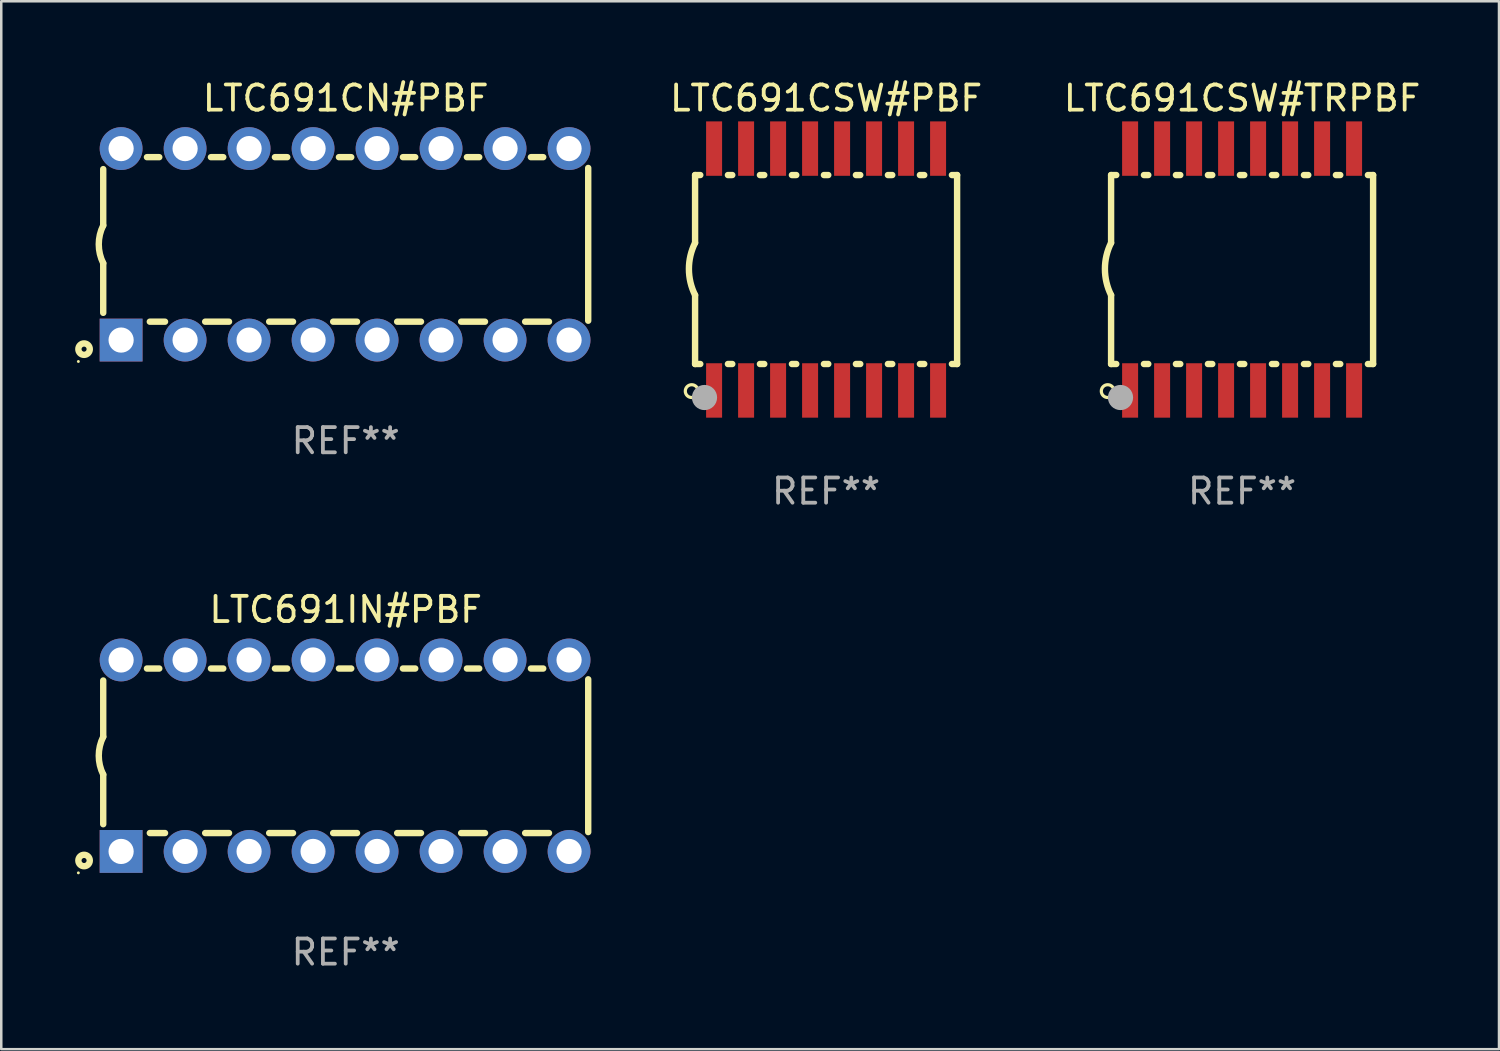
<source format=kicad_pcb>
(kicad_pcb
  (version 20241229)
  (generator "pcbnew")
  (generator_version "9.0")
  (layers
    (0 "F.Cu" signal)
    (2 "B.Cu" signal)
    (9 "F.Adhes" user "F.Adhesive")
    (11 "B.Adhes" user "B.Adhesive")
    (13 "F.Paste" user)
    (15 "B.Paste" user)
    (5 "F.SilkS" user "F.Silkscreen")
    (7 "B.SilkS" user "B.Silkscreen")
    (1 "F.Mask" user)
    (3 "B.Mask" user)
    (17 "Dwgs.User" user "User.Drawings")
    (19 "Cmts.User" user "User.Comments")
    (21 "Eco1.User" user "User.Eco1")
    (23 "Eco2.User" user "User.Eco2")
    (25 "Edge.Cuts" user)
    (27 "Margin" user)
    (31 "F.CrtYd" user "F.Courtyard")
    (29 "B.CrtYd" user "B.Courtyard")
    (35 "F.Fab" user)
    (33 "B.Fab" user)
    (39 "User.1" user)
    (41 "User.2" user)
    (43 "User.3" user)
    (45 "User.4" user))
  (footprint "LTC691IN#PBF"
    (layer "F.Cu")
    (at 10.672 26.945)
    (property "Reference" "LTC691IN#PBF" (at 0 -5.8 0) (layer "F.SilkS") (effects (font (size 1 1) (thickness 0.15))))
    (attr through_hole)
    (fp_line (start -9.625 -0.75) (end -9.625 -2.985) (stroke (width 0.254) (type solid)) (layer "F.SilkS"))
    (fp_line (start -9.625 0.749) (end -9.625 2.719) (stroke (width 0.254) (type solid)) (layer "F.SilkS"))
    (fp_line (start -7.889 -3.46) (end -7.401 -3.46) (stroke (width 0.254) (type solid)) (layer "F.SilkS"))
    (fp_line (start -7.775 3.07) (end -7.172 3.07) (stroke (width 0.254) (type solid)) (layer "F.SilkS"))
    (fp_line (start -5.578 3.07) (end -4.632 3.07) (stroke (width 0.254) (type solid)) (layer "F.SilkS"))
    (fp_line (start -5.349 -3.46) (end -4.861 -3.46) (stroke (width 0.254) (type solid)) (layer "F.SilkS"))
    (fp_line (start -3.038 3.07) (end -2.092 3.07) (stroke (width 0.254) (type solid)) (layer "F.SilkS"))
    (fp_line (start -2.809 -3.46) (end -2.321 -3.46) (stroke (width 0.254) (type solid)) (layer "F.SilkS"))
    (fp_line (start -0.498 3.07) (end 0.448 3.07) (stroke (width 0.254) (type solid)) (layer "F.SilkS"))
    (fp_line (start -0.269 -3.46) (end 0.219 -3.46) (stroke (width 0.254) (type solid)) (layer "F.SilkS"))
    (fp_line (start 2.042 3.07) (end 2.988 3.07) (stroke (width 0.254) (type solid)) (layer "F.SilkS"))
    (fp_line (start 2.271 -3.46) (end 2.759 -3.46) (stroke (width 0.254) (type solid)) (layer "F.SilkS"))
    (fp_line (start 4.582 3.07) (end 5.528 3.07) (stroke (width 0.254) (type solid)) (layer "F.SilkS"))
    (fp_line (start 4.811 -3.46) (end 5.299 -3.46) (stroke (width 0.254) (type solid)) (layer "F.SilkS"))
    (fp_line (start 7.122 3.07) (end 8.068 3.07) (stroke (width 0.254) (type solid)) (layer "F.SilkS"))
    (fp_line (start 7.351 -3.46) (end 7.839 -3.46) (stroke (width 0.254) (type solid)) (layer "F.SilkS"))
    (fp_line (start 9.625 3.032) (end 9.625 -3.032) (stroke (width 0.254) (type solid)) (layer "F.SilkS"))
    (fp_arc (start -9.62498 0.748819) (mid -9.801899 -0.000581) (end -9.625006 -0.749987) (stroke (width 0.254001) (type solid)) (layer "F.SilkS"))
    (fp_circle (center -10.612 4.65) (end -10.582 4.65) (stroke (width 0.06) (type solid)) (fill no) (layer "F.SilkS"))
    (fp_circle (center -10.385 4.16) (end -10.285 4.16) (stroke (width 0.254) (type solid)) (fill no) (layer "F.SilkS"))
    (fp_text user "REF**" (at 0 7.8 0) (layer "F.Fab") (effects (font (size 1 1) (thickness 0.15))))
    (pad "1" thru_hole rect (at -8.915 3.8 90) (size 1.7 1.7) (drill 1) (layers "*.Cu" "*.Mask"))
    (pad "2" thru_hole circle (at -6.375 3.8) (size 1.7 1.7) (drill 1) (layers "*.Cu" "*.Mask"))
    (pad "3" thru_hole circle (at -3.835 3.8) (size 1.7 1.7) (drill 1) (layers "*.Cu" "*.Mask"))
    (pad "4" thru_hole circle (at -1.295 3.8) (size 1.7 1.7) (drill 1) (layers "*.Cu" "*.Mask"))
    (pad "5" thru_hole circle (at 1.245 3.8) (size 1.7 1.7) (drill 1) (layers "*.Cu" "*.Mask"))
    (pad "6" thru_hole circle (at 3.785 3.8) (size 1.7 1.7) (drill 1) (layers "*.Cu" "*.Mask"))
    (pad "7" thru_hole circle (at 6.325 3.8) (size 1.7 1.7) (drill 1) (layers "*.Cu" "*.Mask"))
    (pad "8" thru_hole circle (at 8.865 3.8) (size 1.7 1.7) (drill 1) (layers "*.Cu" "*.Mask"))
    (pad "9" thru_hole circle (at 8.865 -3.8) (size 1.7 1.7) (drill 1) (layers "*.Cu" "*.Mask"))
    (pad "10" thru_hole circle (at 6.325 -3.8) (size 1.7 1.7) (drill 1) (layers "*.Cu" "*.Mask"))
    (pad "11" thru_hole circle (at 3.785 -3.8) (size 1.7 1.7) (drill 1) (layers "*.Cu" "*.Mask"))
    (pad "12" thru_hole circle (at 1.245 -3.8) (size 1.7 1.7) (drill 1) (layers "*.Cu" "*.Mask"))
    (pad "13" thru_hole circle (at -1.295 -3.8) (size 1.7 1.7) (drill 1) (layers "*.Cu" "*.Mask"))
    (pad "14" thru_hole circle (at -3.835 -3.8) (size 1.7 1.7) (drill 1) (layers "*.Cu" "*.Mask"))
    (pad "15" thru_hole circle (at -6.375 -3.8) (size 1.7 1.7) (drill 1) (layers "*.Cu" "*.Mask"))
    (pad "16" thru_hole circle (at -8.915 -3.8) (size 1.7 1.7) (drill 1) (layers "*.Cu" "*.Mask")))
  (footprint "LTC691CSW#PBF"
    (layer "F.Cu")
    (at 29.739 7.648)
    (property "Reference" "LTC691CSW#PBF" (at 0 -6.8 0) (layer "F.SilkS") (effects (font (size 1 1) (thickness 0.15))))
    (attr through_hole)
    (fp_line (start -5.2 -3.75) (end -5.2 -1.06) (stroke (width 0.254) (type solid)) (layer "F.SilkS"))
    (fp_line (start -5.2 -3.75) (end -4.994 -3.75) (stroke (width 0.254) (type solid)) (layer "F.SilkS"))
    (fp_line (start -5.2 3.75) (end -5.2 1.016) (stroke (width 0.254) (type solid)) (layer "F.SilkS"))
    (fp_line (start -5.2 3.75) (end -4.994 3.75) (stroke (width 0.254) (type solid)) (layer "F.SilkS"))
    (fp_line (start -3.896 -3.75) (end -3.724 -3.75) (stroke (width 0.254) (type solid)) (layer "F.SilkS"))
    (fp_line (start -3.896 3.75) (end -3.724 3.75) (stroke (width 0.254) (type solid)) (layer "F.SilkS"))
    (fp_line (start -2.626 -3.75) (end -2.454 -3.75) (stroke (width 0.254) (type solid)) (layer "F.SilkS"))
    (fp_line (start -2.626 3.75) (end -2.454 3.75) (stroke (width 0.254) (type solid)) (layer "F.SilkS"))
    (fp_line (start -1.356 -3.75) (end -1.184 -3.75) (stroke (width 0.254) (type solid)) (layer "F.SilkS"))
    (fp_line (start -1.356 3.75) (end -1.184 3.75) (stroke (width 0.254) (type solid)) (layer "F.SilkS"))
    (fp_line (start -0.086 -3.75) (end 0.086 -3.75) (stroke (width 0.254) (type solid)) (layer "F.SilkS"))
    (fp_line (start -0.086 3.75) (end 0.086 3.75) (stroke (width 0.254) (type solid)) (layer "F.SilkS"))
    (fp_line (start 1.184 -3.75) (end 1.356 -3.75) (stroke (width 0.254) (type solid)) (layer "F.SilkS"))
    (fp_line (start 1.184 3.75) (end 1.356 3.75) (stroke (width 0.254) (type solid)) (layer "F.SilkS"))
    (fp_line (start 2.454 -3.75) (end 2.626 -3.75) (stroke (width 0.254) (type solid)) (layer "F.SilkS"))
    (fp_line (start 2.454 3.75) (end 2.626 3.75) (stroke (width 0.254) (type solid)) (layer "F.SilkS"))
    (fp_line (start 3.724 -3.75) (end 3.896 -3.75) (stroke (width 0.254) (type solid)) (layer "F.SilkS"))
    (fp_line (start 3.724 3.75) (end 3.896 3.75) (stroke (width 0.254) (type solid)) (layer "F.SilkS"))
    (fp_line (start 4.994 -3.75) (end 5.2 -3.75) (stroke (width 0.254) (type solid)) (layer "F.SilkS"))
    (fp_line (start 4.994 3.75) (end 5.2 3.75) (stroke (width 0.254) (type solid)) (layer "F.SilkS"))
    (fp_line (start 5.2 3.75) (end 5.2 -3.75) (stroke (width 0.254) (type solid)) (layer "F.SilkS"))
    (fp_arc (start -5.199391 1.016002) (mid -5.444637 -0.021925) (end -5.2 -1.059995) (stroke (width 0.254001) (type solid)) (layer "F.SilkS"))
    (fp_circle (center -5.334 4.826) (end -5.08 4.826) (stroke (width 0.127) (type solid)) (fill no) (layer "F.SilkS"))
    (fp_circle (center -5.15 5.15) (end -5.12 5.15) (stroke (width 0.06) (type solid)) (fill no) (layer "F.SilkS"))
    (fp_circle (center -4.826 5.08) (end -4.576 5.08) (stroke (width 0.5) (type solid)) (fill no) (layer "F.Fab"))
    (fp_text user "REF**" (at 0 8.8 0) (layer "F.Fab") (effects (font (size 1 1) (thickness 0.15))))
    (pad "1" smd rect (at -4.445 4.8) (size 0.635 2.16) (layers "F.Cu" "F.Mask" "F.Paste"))
    (pad "2" smd rect (at -3.175 4.8) (size 0.635 2.16) (layers "F.Cu" "F.Mask" "F.Paste"))
    (pad "3" smd rect (at -1.905 4.8) (size 0.635 2.16) (layers "F.Cu" "F.Mask" "F.Paste"))
    (pad "4" smd rect (at -0.635 4.8) (size 0.635 2.16) (layers "F.Cu" "F.Mask" "F.Paste"))
    (pad "5" smd rect (at 0.635 4.8) (size 0.635 2.16) (layers "F.Cu" "F.Mask" "F.Paste"))
    (pad "6" smd rect (at 1.905 4.8) (size 0.635 2.16) (layers "F.Cu" "F.Mask" "F.Paste"))
    (pad "7" smd rect (at 3.175 4.8) (size 0.635 2.16) (layers "F.Cu" "F.Mask" "F.Paste"))
    (pad "8" smd rect (at 4.445 4.8) (size 0.635 2.16) (layers "F.Cu" "F.Mask" "F.Paste"))
    (pad "9" smd rect (at 4.445 -4.8) (size 0.635 2.16) (layers "F.Cu" "F.Mask" "F.Paste"))
    (pad "10" smd rect (at 3.175 -4.8) (size 0.635 2.16) (layers "F.Cu" "F.Mask" "F.Paste"))
    (pad "11" smd rect (at 1.905 -4.8) (size 0.635 2.16) (layers "F.Cu" "F.Mask" "F.Paste"))
    (pad "12" smd rect (at 0.635 -4.8) (size 0.635 2.16) (layers "F.Cu" "F.Mask" "F.Paste"))
    (pad "13" smd rect (at -0.635 -4.8) (size 0.635 2.16) (layers "F.Cu" "F.Mask" "F.Paste"))
    (pad "14" smd rect (at -1.905 -4.8) (size 0.635 2.16) (layers "F.Cu" "F.Mask" "F.Paste"))
    (pad "15" smd rect (at -3.175 -4.8) (size 0.635 2.16) (layers "F.Cu" "F.Mask" "F.Paste"))
    (pad "16" smd rect (at -4.445 -4.8) (size 0.635 2.16) (layers "F.Cu" "F.Mask" "F.Paste")))
  (footprint "LTC691CSW#TRPBF"
    (layer "F.Cu")
    (at 46.251 7.648)
    (property "Reference" "LTC691CSW#TRPBF" (at 0 -6.8 0) (layer "F.SilkS") (effects (font (size 1 1) (thickness 0.15))))
    (attr through_hole)
    (fp_line (start -5.2 -3.75) (end -5.2 -1.06) (stroke (width 0.254) (type solid)) (layer "F.SilkS"))
    (fp_line (start -5.2 -3.75) (end -4.994 -3.75) (stroke (width 0.254) (type solid)) (layer "F.SilkS"))
    (fp_line (start -5.2 3.75) (end -5.2 1.016) (stroke (width 0.254) (type solid)) (layer "F.SilkS"))
    (fp_line (start -5.2 3.75) (end -4.994 3.75) (stroke (width 0.254) (type solid)) (layer "F.SilkS"))
    (fp_line (start -3.896 -3.75) (end -3.724 -3.75) (stroke (width 0.254) (type solid)) (layer "F.SilkS"))
    (fp_line (start -3.896 3.75) (end -3.724 3.75) (stroke (width 0.254) (type solid)) (layer "F.SilkS"))
    (fp_line (start -2.626 -3.75) (end -2.454 -3.75) (stroke (width 0.254) (type solid)) (layer "F.SilkS"))
    (fp_line (start -2.626 3.75) (end -2.454 3.75) (stroke (width 0.254) (type solid)) (layer "F.SilkS"))
    (fp_line (start -1.356 -3.75) (end -1.184 -3.75) (stroke (width 0.254) (type solid)) (layer "F.SilkS"))
    (fp_line (start -1.356 3.75) (end -1.184 3.75) (stroke (width 0.254) (type solid)) (layer "F.SilkS"))
    (fp_line (start -0.086 -3.75) (end 0.086 -3.75) (stroke (width 0.254) (type solid)) (layer "F.SilkS"))
    (fp_line (start -0.086 3.75) (end 0.086 3.75) (stroke (width 0.254) (type solid)) (layer "F.SilkS"))
    (fp_line (start 1.184 -3.75) (end 1.356 -3.75) (stroke (width 0.254) (type solid)) (layer "F.SilkS"))
    (fp_line (start 1.184 3.75) (end 1.356 3.75) (stroke (width 0.254) (type solid)) (layer "F.SilkS"))
    (fp_line (start 2.454 -3.75) (end 2.626 -3.75) (stroke (width 0.254) (type solid)) (layer "F.SilkS"))
    (fp_line (start 2.454 3.75) (end 2.626 3.75) (stroke (width 0.254) (type solid)) (layer "F.SilkS"))
    (fp_line (start 3.724 -3.75) (end 3.896 -3.75) (stroke (width 0.254) (type solid)) (layer "F.SilkS"))
    (fp_line (start 3.724 3.75) (end 3.896 3.75) (stroke (width 0.254) (type solid)) (layer "F.SilkS"))
    (fp_line (start 4.994 -3.75) (end 5.2 -3.75) (stroke (width 0.254) (type solid)) (layer "F.SilkS"))
    (fp_line (start 4.994 3.75) (end 5.2 3.75) (stroke (width 0.254) (type solid)) (layer "F.SilkS"))
    (fp_line (start 5.2 3.75) (end 5.2 -3.75) (stroke (width 0.254) (type solid)) (layer "F.SilkS"))
    (fp_arc (start -5.199391 1.016002) (mid -5.444637 -0.021925) (end -5.2 -1.059995) (stroke (width 0.254001) (type solid)) (layer "F.SilkS"))
    (fp_circle (center -5.334 4.826) (end -5.08 4.826) (stroke (width 0.127) (type solid)) (fill no) (layer "F.SilkS"))
    (fp_circle (center -5.15 5.15) (end -5.12 5.15) (stroke (width 0.06) (type solid)) (fill no) (layer "F.SilkS"))
    (fp_circle (center -4.826 5.08) (end -4.576 5.08) (stroke (width 0.5) (type solid)) (fill no) (layer "F.Fab"))
    (fp_text user "REF**" (at 0 8.8 0) (layer "F.Fab") (effects (font (size 1 1) (thickness 0.15))))
    (pad "1" smd rect (at -4.445 4.8) (size 0.635 2.16) (layers "F.Cu" "F.Mask" "F.Paste"))
    (pad "2" smd rect (at -3.175 4.8) (size 0.635 2.16) (layers "F.Cu" "F.Mask" "F.Paste"))
    (pad "3" smd rect (at -1.905 4.8) (size 0.635 2.16) (layers "F.Cu" "F.Mask" "F.Paste"))
    (pad "4" smd rect (at -0.635 4.8) (size 0.635 2.16) (layers "F.Cu" "F.Mask" "F.Paste"))
    (pad "5" smd rect (at 0.635 4.8) (size 0.635 2.16) (layers "F.Cu" "F.Mask" "F.Paste"))
    (pad "6" smd rect (at 1.905 4.8) (size 0.635 2.16) (layers "F.Cu" "F.Mask" "F.Paste"))
    (pad "7" smd rect (at 3.175 4.8) (size 0.635 2.16) (layers "F.Cu" "F.Mask" "F.Paste"))
    (pad "8" smd rect (at 4.445 4.8) (size 0.635 2.16) (layers "F.Cu" "F.Mask" "F.Paste"))
    (pad "9" smd rect (at 4.445 -4.8) (size 0.635 2.16) (layers "F.Cu" "F.Mask" "F.Paste"))
    (pad "10" smd rect (at 3.175 -4.8) (size 0.635 2.16) (layers "F.Cu" "F.Mask" "F.Paste"))
    (pad "11" smd rect (at 1.905 -4.8) (size 0.635 2.16) (layers "F.Cu" "F.Mask" "F.Paste"))
    (pad "12" smd rect (at 0.635 -4.8) (size 0.635 2.16) (layers "F.Cu" "F.Mask" "F.Paste"))
    (pad "13" smd rect (at -0.635 -4.8) (size 0.635 2.16) (layers "F.Cu" "F.Mask" "F.Paste"))
    (pad "14" smd rect (at -1.905 -4.8) (size 0.635 2.16) (layers "F.Cu" "F.Mask" "F.Paste"))
    (pad "15" smd rect (at -3.175 -4.8) (size 0.635 2.16) (layers "F.Cu" "F.Mask" "F.Paste"))
    (pad "16" smd rect (at -4.445 -4.8) (size 0.635 2.16) (layers "F.Cu" "F.Mask" "F.Paste")))
  (footprint "LTC691CN#PBF"
    (layer "F.Cu")
    (at 10.672 6.648)
    (property "Reference" "LTC691CN#PBF" (at 0 -5.8 0) (layer "F.SilkS") (effects (font (size 1 1) (thickness 0.15))))
    (attr through_hole)
    (fp_line (start -9.625 -0.75) (end -9.625 -2.985) (stroke (width 0.254) (type solid)) (layer "F.SilkS"))
    (fp_line (start -9.625 0.749) (end -9.625 2.719) (stroke (width 0.254) (type solid)) (layer "F.SilkS"))
    (fp_line (start -7.889 -3.46) (end -7.401 -3.46) (stroke (width 0.254) (type solid)) (layer "F.SilkS"))
    (fp_line (start -7.775 3.07) (end -7.172 3.07) (stroke (width 0.254) (type solid)) (layer "F.SilkS"))
    (fp_line (start -5.578 3.07) (end -4.632 3.07) (stroke (width 0.254) (type solid)) (layer "F.SilkS"))
    (fp_line (start -5.349 -3.46) (end -4.861 -3.46) (stroke (width 0.254) (type solid)) (layer "F.SilkS"))
    (fp_line (start -3.038 3.07) (end -2.092 3.07) (stroke (width 0.254) (type solid)) (layer "F.SilkS"))
    (fp_line (start -2.809 -3.46) (end -2.321 -3.46) (stroke (width 0.254) (type solid)) (layer "F.SilkS"))
    (fp_line (start -0.498 3.07) (end 0.448 3.07) (stroke (width 0.254) (type solid)) (layer "F.SilkS"))
    (fp_line (start -0.269 -3.46) (end 0.219 -3.46) (stroke (width 0.254) (type solid)) (layer "F.SilkS"))
    (fp_line (start 2.042 3.07) (end 2.988 3.07) (stroke (width 0.254) (type solid)) (layer "F.SilkS"))
    (fp_line (start 2.271 -3.46) (end 2.759 -3.46) (stroke (width 0.254) (type solid)) (layer "F.SilkS"))
    (fp_line (start 4.582 3.07) (end 5.528 3.07) (stroke (width 0.254) (type solid)) (layer "F.SilkS"))
    (fp_line (start 4.811 -3.46) (end 5.299 -3.46) (stroke (width 0.254) (type solid)) (layer "F.SilkS"))
    (fp_line (start 7.122 3.07) (end 8.068 3.07) (stroke (width 0.254) (type solid)) (layer "F.SilkS"))
    (fp_line (start 7.351 -3.46) (end 7.839 -3.46) (stroke (width 0.254) (type solid)) (layer "F.SilkS"))
    (fp_line (start 9.625 3.032) (end 9.625 -3.032) (stroke (width 0.254) (type solid)) (layer "F.SilkS"))
    (fp_arc (start -9.62498 0.748819) (mid -9.801899 -0.000581) (end -9.625006 -0.749987) (stroke (width 0.254001) (type solid)) (layer "F.SilkS"))
    (fp_circle (center -10.612 4.65) (end -10.582 4.65) (stroke (width 0.06) (type solid)) (fill no) (layer "F.SilkS"))
    (fp_circle (center -10.385 4.16) (end -10.285 4.16) (stroke (width 0.254) (type solid)) (fill no) (layer "F.SilkS"))
    (fp_text user "REF**" (at 0 7.8 0) (layer "F.Fab") (effects (font (size 1 1) (thickness 0.15))))
    (pad "1" thru_hole rect (at -8.915 3.8 90) (size 1.7 1.7) (drill 1) (layers "*.Cu" "*.Mask"))
    (pad "2" thru_hole circle (at -6.375 3.8) (size 1.7 1.7) (drill 1) (layers "*.Cu" "*.Mask"))
    (pad "3" thru_hole circle (at -3.835 3.8) (size 1.7 1.7) (drill 1) (layers "*.Cu" "*.Mask"))
    (pad "4" thru_hole circle (at -1.295 3.8) (size 1.7 1.7) (drill 1) (layers "*.Cu" "*.Mask"))
    (pad "5" thru_hole circle (at 1.245 3.8) (size 1.7 1.7) (drill 1) (layers "*.Cu" "*.Mask"))
    (pad "6" thru_hole circle (at 3.785 3.8) (size 1.7 1.7) (drill 1) (layers "*.Cu" "*.Mask"))
    (pad "7" thru_hole circle (at 6.325 3.8) (size 1.7 1.7) (drill 1) (layers "*.Cu" "*.Mask"))
    (pad "8" thru_hole circle (at 8.865 3.8) (size 1.7 1.7) (drill 1) (layers "*.Cu" "*.Mask"))
    (pad "9" thru_hole circle (at 8.865 -3.8) (size 1.7 1.7) (drill 1) (layers "*.Cu" "*.Mask"))
    (pad "10" thru_hole circle (at 6.325 -3.8) (size 1.7 1.7) (drill 1) (layers "*.Cu" "*.Mask"))
    (pad "11" thru_hole circle (at 3.785 -3.8) (size 1.7 1.7) (drill 1) (layers "*.Cu" "*.Mask"))
    (pad "12" thru_hole circle (at 1.245 -3.8) (size 1.7 1.7) (drill 1) (layers "*.Cu" "*.Mask"))
    (pad "13" thru_hole circle (at -1.295 -3.8) (size 1.7 1.7) (drill 1) (layers "*.Cu" "*.Mask"))
    (pad "14" thru_hole circle (at -3.835 -3.8) (size 1.7 1.7) (drill 1) (layers "*.Cu" "*.Mask"))
    (pad "15" thru_hole circle (at -6.375 -3.8) (size 1.7 1.7) (drill 1) (layers "*.Cu" "*.Mask"))
    (pad "16" thru_hole circle (at -8.915 -3.8) (size 1.7 1.7) (drill 1) (layers "*.Cu" "*.Mask")))
  (gr_rect
    (start -3 -3)
    (end 56.448 38.593)
    (stroke (width 0.1) (type default))
    (fill no)
    (layer "Edge.Cuts")))
</source>
